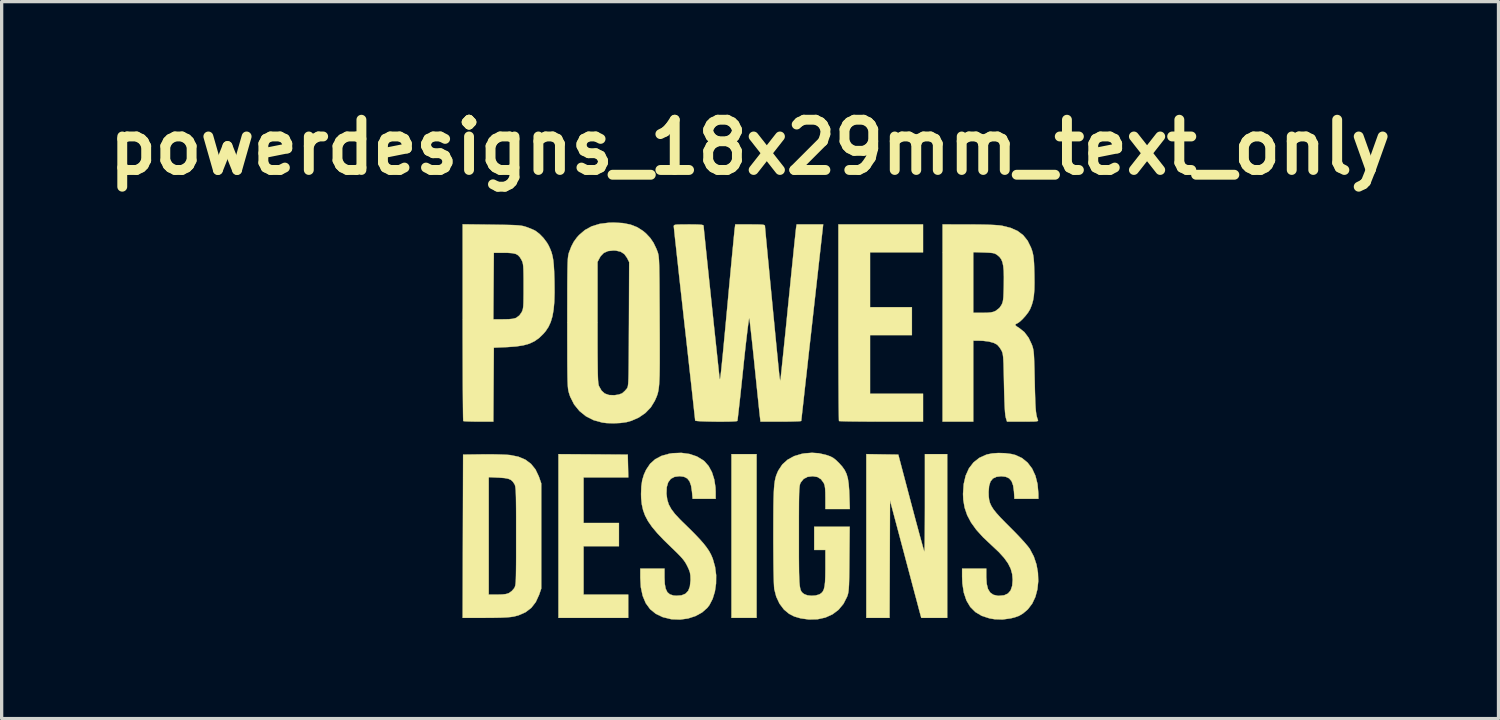
<source format=kicad_pcb>
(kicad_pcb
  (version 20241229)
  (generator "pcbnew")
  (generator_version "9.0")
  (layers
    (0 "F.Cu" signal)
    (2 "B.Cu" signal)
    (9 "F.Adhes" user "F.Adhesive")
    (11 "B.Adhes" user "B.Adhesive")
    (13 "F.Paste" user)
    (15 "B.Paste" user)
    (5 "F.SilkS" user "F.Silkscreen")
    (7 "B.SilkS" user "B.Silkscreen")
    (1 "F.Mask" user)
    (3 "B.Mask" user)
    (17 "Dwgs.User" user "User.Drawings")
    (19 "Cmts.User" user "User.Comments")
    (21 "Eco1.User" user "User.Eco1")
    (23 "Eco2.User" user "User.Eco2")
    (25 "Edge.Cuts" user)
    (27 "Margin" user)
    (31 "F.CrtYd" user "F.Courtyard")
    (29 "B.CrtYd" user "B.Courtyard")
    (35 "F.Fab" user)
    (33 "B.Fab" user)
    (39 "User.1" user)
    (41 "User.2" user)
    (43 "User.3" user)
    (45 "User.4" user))
  (footprint "powerdesigns_18x29mm_text_only"
    (layer "F.Cu")
    (at 19.71 1.418)
    (property "Reference" "powerdesigns_18x29mm_text_only" (at 0 0 0) (layer "F.SilkS") (effects (font (size 1.524 1.524) (thickness 0.3))))
    (attr through_hole)
    (fp_poly (pts (xy 0.198 14.28) (xy -0.564 14.28) (xy -0.564 9.313) (xy 0.198 9.313) (xy 0.198 14.28)) (stroke (width 0.01) (type solid)) (fill yes) (layer "F.SilkS"))
    (fp_poly (pts (xy -3.711 9.327) (xy -3.703 9.673) (xy -3.695 10.019) (xy -5.052 10.019) (xy -5.052 11.402) (xy -3.979 11.402) (xy -3.979 12.107) (xy -5.052 12.107) (xy -5.052 13.575) (xy -3.697 13.575) (xy -3.697 14.28) (xy -5.814 14.28) (xy -5.814 9.313) (xy -3.711 9.327)) (stroke (width 0.01) (type solid)) (fill yes) (layer "F.SilkS"))
    (fp_poly (pts (xy 5.249 3.189) (xy 3.641 3.189) (xy 3.641 4.854) (xy 4.911 4.854) (xy 4.911 5.701) (xy 3.641 5.701) (xy 3.641 7.479) (xy 5.249 7.479) (xy 5.249 8.326) (xy 3.984 8.326) (xy 3.722 8.325) (xy 3.478 8.324) (xy 3.256 8.322) (xy 3.064 8.32) (xy 2.907 8.317) (xy 2.79 8.313) (xy 2.719 8.31) (xy 2.7 8.307) (xy 2.697 8.277) (xy 2.695 8.194) (xy 2.693 8.062) (xy 2.69 7.884) (xy 2.688 7.666) (xy 2.687 7.409) (xy 2.685 7.118) (xy 2.684 6.796) (xy 2.683 6.448) (xy 2.682 6.077) (xy 2.681 5.687) (xy 2.681 5.315) (xy 2.681 2.342) (xy 5.249 2.342) (xy 5.249 3.189)) (stroke (width 0.01) (type solid)) (fill yes) (layer "F.SilkS"))
    (fp_poly (pts (xy 4.013 9.32) (xy 4.498 9.327) (xy 4.884 10.789) (xy 4.958 11.067) (xy 5.027 11.328) (xy 5.092 11.567) (xy 5.149 11.779) (xy 5.199 11.96) (xy 5.239 12.104) (xy 5.268 12.206) (xy 5.285 12.26) (xy 5.288 12.269) (xy 5.292 12.245) (xy 5.295 12.169) (xy 5.298 12.048) (xy 5.3 11.885) (xy 5.302 11.687) (xy 5.304 11.458) (xy 5.305 11.203) (xy 5.306 10.927) (xy 5.306 10.8) (xy 5.306 9.313) (xy 5.983 9.313) (xy 5.983 14.28) (xy 5.196 14.28) (xy 5.171 14.189) (xy 5.159 14.146) (xy 5.134 14.053) (xy 5.098 13.916) (xy 5.051 13.739) (xy 4.994 13.527) (xy 4.93 13.286) (xy 4.86 13.02) (xy 4.784 12.735) (xy 4.704 12.434) (xy 4.697 12.406) (xy 4.247 10.715) (xy 4.24 12.498) (xy 4.233 14.28) (xy 3.528 14.28) (xy 3.528 9.312) (xy 4.013 9.32)) (stroke (width 0.01) (type solid)) (fill yes) (layer "F.SilkS"))
    (fp_poly (pts (xy -7.724 9.32) (xy -7.545 9.325) (xy -7.396 9.331) (xy -7.288 9.34) (xy -7.281 9.34) (xy -7.029 9.391) (xy -6.818 9.48) (xy -6.647 9.608) (xy -6.511 9.777) (xy -6.41 9.989) (xy -6.402 10.011) (xy -6.336 10.202) (xy -6.336 13.391) (xy -6.402 13.583) (xy -6.502 13.8) (xy -6.637 13.975) (xy -6.81 14.108) (xy -7.022 14.202) (xy -7.161 14.239) (xy -7.258 14.254) (xy -7.39 14.266) (xy -7.562 14.274) (xy -7.779 14.278) (xy -8.036 14.28) (xy -8.721 14.28) (xy -8.719 13.575) (xy -7.93 13.575) (xy -7.669 13.575) (xy -7.517 13.571) (xy -7.407 13.558) (xy -7.327 13.533) (xy -7.311 13.525) (xy -7.23 13.466) (xy -7.161 13.387) (xy -7.155 13.377) (xy -7.143 13.354) (xy -7.132 13.328) (xy -7.123 13.294) (xy -7.116 13.248) (xy -7.11 13.184) (xy -7.106 13.099) (xy -7.103 12.987) (xy -7.101 12.843) (xy -7.099 12.663) (xy -7.098 12.441) (xy -7.098 12.174) (xy -7.098 11.856) (xy -7.098 11.797) (xy -7.098 11.468) (xy -7.098 11.19) (xy -7.099 10.96) (xy -7.101 10.772) (xy -7.103 10.621) (xy -7.107 10.502) (xy -7.111 10.412) (xy -7.117 10.345) (xy -7.124 10.296) (xy -7.132 10.261) (xy -7.142 10.235) (xy -7.148 10.224) (xy -7.198 10.148) (xy -7.258 10.094) (xy -7.338 10.059) (xy -7.452 10.038) (xy -7.608 10.026) (xy -7.636 10.025) (xy -7.93 10.011) (xy -7.93 13.575) (xy -8.719 13.575) (xy -8.714 11.804) (xy -8.707 9.327) (xy -8.114 9.319) (xy -7.918 9.318) (xy -7.724 9.32)) (stroke (width 0.01) (type solid)) (fill yes) (layer "F.SilkS"))
    (fp_poly (pts (xy -7.839 2.349) (xy -7.59 2.353) (xy -7.39 2.356) (xy -7.233 2.36) (xy -7.111 2.365) (xy -7.016 2.372) (xy -6.942 2.381) (xy -6.882 2.392) (xy -6.828 2.407) (xy -6.773 2.425) (xy -6.665 2.466) (xy -6.566 2.509) (xy -6.505 2.541) (xy -6.386 2.633) (xy -6.265 2.758) (xy -6.162 2.896) (xy -6.113 2.98) (xy -6.063 3.088) (xy -6.023 3.192) (xy -5.994 3.303) (xy -5.971 3.429) (xy -5.956 3.58) (xy -5.945 3.766) (xy -5.937 3.996) (xy -5.935 4.078) (xy -5.932 4.408) (xy -5.94 4.69) (xy -5.962 4.928) (xy -5.997 5.13) (xy -6.048 5.302) (xy -6.116 5.45) (xy -6.202 5.58) (xy -6.27 5.66) (xy -6.402 5.788) (xy -6.541 5.886) (xy -6.697 5.96) (xy -6.88 6.011) (xy -7.099 6.045) (xy -7.364 6.064) (xy -7.366 6.064) (xy -7.775 6.082) (xy -7.783 7.204) (xy -7.79 8.326) (xy -8.237 8.326) (xy -8.39 8.324) (xy -8.523 8.321) (xy -8.626 8.317) (xy -8.688 8.311) (xy -8.702 8.307) (xy -8.704 8.277) (xy -8.707 8.194) (xy -8.709 8.062) (xy -8.711 7.884) (xy -8.713 7.665) (xy -8.715 7.409) (xy -8.717 7.118) (xy -8.718 6.796) (xy -8.719 6.448) (xy -8.72 6.077) (xy -8.721 5.686) (xy -8.721 5.313) (xy -8.721 5.221) (xy -7.79 5.221) (xy -7.491 5.221) (xy -7.327 5.218) (xy -7.209 5.207) (xy -7.124 5.187) (xy -7.094 5.175) (xy -7.001 5.105) (xy -6.934 5.013) (xy -6.915 4.973) (xy -6.9 4.933) (xy -6.889 4.883) (xy -6.881 4.817) (xy -6.876 4.725) (xy -6.874 4.601) (xy -6.872 4.437) (xy -6.872 4.223) (xy -6.872 4.219) (xy -6.872 4.004) (xy -6.874 3.837) (xy -6.877 3.711) (xy -6.882 3.618) (xy -6.89 3.55) (xy -6.901 3.499) (xy -6.916 3.458) (xy -6.929 3.431) (xy -6.982 3.34) (xy -7.04 3.277) (xy -7.114 3.236) (xy -7.216 3.214) (xy -7.357 3.204) (xy -7.46 3.203) (xy -7.775 3.203) (xy -7.783 4.212) (xy -7.79 5.221) (xy -8.721 5.221) (xy -8.721 2.338) (xy -7.839 2.349)) (stroke (width 0.01) (type solid)) (fill yes) (layer "F.SilkS"))
    (fp_poly (pts (xy 7.736 9.284) (xy 7.926 9.308) (xy 8.055 9.34) (xy 8.254 9.433) (xy 8.422 9.571) (xy 8.558 9.75) (xy 8.659 9.967) (xy 8.723 10.219) (xy 8.748 10.501) (xy 8.749 10.534) (xy 8.749 10.668) (xy 8.023 10.668) (xy 8.008 10.441) (xy 7.983 10.263) (xy 7.935 10.132) (xy 7.859 10.045) (xy 7.751 9.998) (xy 7.62 9.984) (xy 7.476 10.001) (xy 7.369 10.052) (xy 7.296 10.143) (xy 7.254 10.276) (xy 7.239 10.457) (xy 7.239 10.469) (xy 7.242 10.59) (xy 7.254 10.695) (xy 7.279 10.791) (xy 7.322 10.886) (xy 7.385 10.987) (xy 7.475 11.1) (xy 7.594 11.232) (xy 7.748 11.39) (xy 7.887 11.529) (xy 8.05 11.693) (xy 8.198 11.848) (xy 8.324 11.986) (xy 8.422 12.101) (xy 8.487 12.186) (xy 8.49 12.192) (xy 8.609 12.416) (xy 8.691 12.66) (xy 8.736 12.913) (xy 8.745 13.167) (xy 8.719 13.414) (xy 8.658 13.644) (xy 8.562 13.848) (xy 8.432 14.018) (xy 8.404 14.045) (xy 8.282 14.147) (xy 8.165 14.217) (xy 8.03 14.266) (xy 7.907 14.296) (xy 7.66 14.33) (xy 7.423 14.322) (xy 7.264 14.295) (xy 7.032 14.22) (xy 6.839 14.105) (xy 6.683 13.95) (xy 6.566 13.753) (xy 6.486 13.514) (xy 6.443 13.234) (xy 6.435 13.032) (xy 6.435 12.785) (xy 7.168 12.785) (xy 7.168 13.046) (xy 7.181 13.248) (xy 7.219 13.402) (xy 7.286 13.512) (xy 7.383 13.58) (xy 7.513 13.61) (xy 7.553 13.611) (xy 7.709 13.596) (xy 7.826 13.542) (xy 7.907 13.448) (xy 7.954 13.31) (xy 7.969 13.128) (xy 7.969 13.126) (xy 7.955 12.954) (xy 7.91 12.79) (xy 7.829 12.628) (xy 7.71 12.461) (xy 7.548 12.283) (xy 7.34 12.087) (xy 7.33 12.078) (xy 7.073 11.836) (xy 6.866 11.608) (xy 6.706 11.386) (xy 6.589 11.165) (xy 6.512 10.939) (xy 6.471 10.702) (xy 6.463 10.519) (xy 6.483 10.223) (xy 6.543 9.964) (xy 6.642 9.745) (xy 6.78 9.565) (xy 6.956 9.426) (xy 7.17 9.329) (xy 7.189 9.323) (xy 7.347 9.291) (xy 7.536 9.278) (xy 7.736 9.284)) (stroke (width 0.01) (type solid)) (fill yes) (layer "F.SilkS"))
    (fp_poly (pts (xy -1.838 9.308) (xy -1.614 9.383) (xy -1.422 9.499) (xy -1.38 9.533) (xy -1.255 9.678) (xy -1.155 9.864) (xy -1.086 10.083) (xy -1.049 10.323) (xy -1.044 10.448) (xy -1.044 10.668) (xy -1.742 10.668) (xy -1.762 10.452) (xy -1.789 10.271) (xy -1.836 10.138) (xy -1.906 10.05) (xy -2.006 9.999) (xy -2.137 9.982) (xy -2.139 9.982) (xy -2.29 10.001) (xy -2.405 10.062) (xy -2.484 10.167) (xy -2.528 10.315) (xy -2.536 10.507) (xy -2.534 10.535) (xy -2.513 10.692) (xy -2.468 10.837) (xy -2.392 10.978) (xy -2.282 11.125) (xy -2.13 11.288) (xy -2.064 11.354) (xy -1.848 11.564) (xy -1.67 11.742) (xy -1.525 11.895) (xy -1.409 12.027) (xy -1.318 12.144) (xy -1.245 12.251) (xy -1.188 12.355) (xy -1.142 12.461) (xy -1.13 12.491) (xy -1.062 12.732) (xy -1.029 12.985) (xy -1.032 13.238) (xy -1.067 13.481) (xy -1.135 13.703) (xy -1.233 13.893) (xy -1.297 13.976) (xy -1.458 14.118) (xy -1.656 14.226) (xy -1.881 14.299) (xy -2.122 14.332) (xy -2.37 14.323) (xy -2.399 14.319) (xy -2.649 14.258) (xy -2.86 14.157) (xy -3.032 14.017) (xy -3.165 13.835) (xy -3.258 13.613) (xy -3.314 13.351) (xy -3.33 13.068) (xy -3.33 12.785) (xy -2.596 12.785) (xy -2.596 13.054) (xy -2.588 13.25) (xy -2.56 13.397) (xy -2.51 13.501) (xy -2.433 13.567) (xy -2.326 13.602) (xy -2.235 13.609) (xy -2.078 13.597) (xy -1.959 13.548) (xy -1.876 13.46) (xy -1.826 13.329) (xy -1.807 13.153) (xy -1.806 13.114) (xy -1.81 12.996) (xy -1.824 12.904) (xy -1.856 12.813) (xy -1.907 12.704) (xy -1.95 12.624) (xy -1.999 12.549) (xy -2.062 12.47) (xy -2.145 12.38) (xy -2.256 12.269) (xy -2.387 12.143) (xy -2.624 11.912) (xy -2.818 11.707) (xy -2.974 11.521) (xy -3.095 11.347) (xy -3.184 11.179) (xy -3.246 11.01) (xy -3.285 10.834) (xy -3.304 10.644) (xy -3.307 10.521) (xy -3.299 10.294) (xy -3.272 10.104) (xy -3.221 9.935) (xy -3.153 9.785) (xy -3.032 9.605) (xy -2.877 9.466) (xy -2.685 9.365) (xy -2.452 9.3) (xy -2.345 9.284) (xy -2.085 9.274) (xy -1.838 9.308)) (stroke (width 0.01) (type solid)) (fill yes) (layer "F.SilkS"))
    (fp_poly (pts (xy 2.086 9.286) (xy 2.298 9.334) (xy 2.328 9.343) (xy 2.436 9.381) (xy 2.52 9.425) (xy 2.602 9.488) (xy 2.694 9.577) (xy 2.795 9.688) (xy 2.872 9.797) (xy 2.928 9.913) (xy 2.967 10.048) (xy 2.992 10.213) (xy 3.008 10.417) (xy 3.013 10.548) (xy 3.027 10.978) (xy 2.286 10.978) (xy 2.286 10.633) (xy 2.284 10.472) (xy 2.278 10.356) (xy 2.266 10.273) (xy 2.246 10.211) (xy 2.237 10.19) (xy 2.153 10.074) (xy 2.044 10.006) (xy 1.901 9.983) (xy 1.901 9.983) (xy 1.744 10.002) (xy 1.624 10.066) (xy 1.538 10.173) (xy 1.535 10.18) (xy 1.523 10.206) (xy 1.513 10.237) (xy 1.505 10.276) (xy 1.499 10.33) (xy 1.493 10.403) (xy 1.489 10.499) (xy 1.486 10.624) (xy 1.484 10.781) (xy 1.483 10.977) (xy 1.482 11.215) (xy 1.482 11.501) (xy 1.482 11.797) (xy 1.482 12.144) (xy 1.482 12.439) (xy 1.484 12.686) (xy 1.486 12.891) (xy 1.491 13.058) (xy 1.497 13.191) (xy 1.506 13.294) (xy 1.519 13.373) (xy 1.534 13.432) (xy 1.554 13.475) (xy 1.578 13.507) (xy 1.606 13.533) (xy 1.64 13.556) (xy 1.65 13.563) (xy 1.741 13.597) (xy 1.861 13.61) (xy 1.986 13.602) (xy 2.094 13.572) (xy 2.107 13.566) (xy 2.163 13.53) (xy 2.207 13.481) (xy 2.239 13.414) (xy 2.261 13.32) (xy 2.276 13.194) (xy 2.283 13.026) (xy 2.286 12.811) (xy 2.286 12.756) (xy 2.286 12.22) (xy 1.947 12.22) (xy 1.947 11.515) (xy 3.023 11.515) (xy 3.014 12.495) (xy 3.012 12.758) (xy 3.009 12.971) (xy 3.006 13.141) (xy 3.002 13.273) (xy 2.996 13.376) (xy 2.989 13.454) (xy 2.98 13.515) (xy 2.969 13.566) (xy 2.954 13.612) (xy 2.943 13.641) (xy 2.834 13.856) (xy 2.685 14.035) (xy 2.502 14.173) (xy 2.288 14.27) (xy 2.048 14.323) (xy 1.788 14.33) (xy 1.535 14.295) (xy 1.34 14.238) (xy 1.181 14.155) (xy 1.039 14.037) (xy 1.024 14.022) (xy 0.893 13.848) (xy 0.795 13.638) (xy 0.735 13.406) (xy 0.729 13.334) (xy 0.723 13.211) (xy 0.718 13.04) (xy 0.713 12.825) (xy 0.71 12.572) (xy 0.708 12.285) (xy 0.706 11.967) (xy 0.706 11.783) (xy 0.707 11.432) (xy 0.708 11.132) (xy 0.71 10.878) (xy 0.714 10.665) (xy 0.72 10.488) (xy 0.728 10.343) (xy 0.739 10.222) (xy 0.753 10.123) (xy 0.771 10.039) (xy 0.792 9.965) (xy 0.819 9.897) (xy 0.849 9.828) (xy 0.862 9.803) (xy 0.979 9.626) (xy 1.14 9.481) (xy 1.338 9.373) (xy 1.569 9.304) (xy 1.651 9.29) (xy 1.879 9.272) (xy 2.086 9.286)) (stroke (width 0.01) (type solid)) (fill yes) (layer "F.SilkS"))
    (fp_poly (pts (xy 6.639 2.343) (xy 6.948 2.345) (xy 7.202 2.35) (xy 7.405 2.359) (xy 7.558 2.37) (xy 7.651 2.383) (xy 7.907 2.447) (xy 8.118 2.541) (xy 8.288 2.669) (xy 8.422 2.836) (xy 8.525 3.045) (xy 8.556 3.131) (xy 8.578 3.209) (xy 8.595 3.292) (xy 8.607 3.391) (xy 8.617 3.516) (xy 8.623 3.678) (xy 8.628 3.852) (xy 8.631 4.111) (xy 8.627 4.323) (xy 8.612 4.499) (xy 8.588 4.648) (xy 8.551 4.779) (xy 8.502 4.904) (xy 8.493 4.922) (xy 8.44 5.011) (xy 8.363 5.111) (xy 8.276 5.208) (xy 8.19 5.289) (xy 8.117 5.34) (xy 8.097 5.349) (xy 8.053 5.372) (xy 8.054 5.403) (xy 8.103 5.445) (xy 8.168 5.486) (xy 8.325 5.611) (xy 8.454 5.784) (xy 8.546 5.979) (xy 8.566 6.032) (xy 8.581 6.082) (xy 8.594 6.137) (xy 8.604 6.202) (xy 8.612 6.286) (xy 8.618 6.394) (xy 8.623 6.534) (xy 8.629 6.712) (xy 8.634 6.936) (xy 8.638 7.112) (xy 8.644 7.38) (xy 8.651 7.599) (xy 8.657 7.774) (xy 8.665 7.913) (xy 8.675 8.022) (xy 8.687 8.108) (xy 8.702 8.178) (xy 8.72 8.237) (xy 8.735 8.276) (xy 8.739 8.294) (xy 8.728 8.307) (xy 8.695 8.316) (xy 8.633 8.322) (xy 8.534 8.324) (xy 8.39 8.325) (xy 8.277 8.326) (xy 7.798 8.326) (xy 7.761 8.206) (xy 7.748 8.141) (xy 7.737 8.032) (xy 7.727 7.875) (xy 7.719 7.67) (xy 7.711 7.412) (xy 7.706 7.183) (xy 7.701 6.932) (xy 7.696 6.731) (xy 7.692 6.573) (xy 7.686 6.452) (xy 7.68 6.362) (xy 7.671 6.295) (xy 7.661 6.245) (xy 7.648 6.206) (xy 7.631 6.171) (xy 7.627 6.162) (xy 7.572 6.076) (xy 7.511 6.004) (xy 7.493 5.988) (xy 7.391 5.935) (xy 7.247 5.896) (xy 7.071 5.874) (xy 6.955 5.87) (xy 6.773 5.87) (xy 6.773 8.326) (xy 5.842 8.326) (xy 5.842 5.024) (xy 6.773 5.024) (xy 7.057 5.024) (xy 7.201 5.021) (xy 7.305 5.012) (xy 7.383 4.995) (xy 7.45 4.967) (xy 7.451 4.967) (xy 7.566 4.877) (xy 7.627 4.79) (xy 7.65 4.742) (xy 7.667 4.692) (xy 7.679 4.629) (xy 7.688 4.545) (xy 7.693 4.428) (xy 7.698 4.27) (xy 7.7 4.171) (xy 7.702 3.935) (xy 7.697 3.748) (xy 7.683 3.602) (xy 7.659 3.489) (xy 7.624 3.403) (xy 7.575 3.335) (xy 7.516 3.282) (xy 7.467 3.247) (xy 7.419 3.224) (xy 7.359 3.21) (xy 7.274 3.201) (xy 7.15 3.195) (xy 7.093 3.193) (xy 6.773 3.183) (xy 6.773 5.024) (xy 5.842 5.024) (xy 5.842 2.342) (xy 6.639 2.343)) (stroke (width 0.01) (type solid)) (fill yes) (layer "F.SilkS"))
    (fp_poly (pts (xy -3.864 2.301) (xy -3.629 2.347) (xy -3.424 2.427) (xy -3.242 2.544) (xy -3.155 2.619) (xy -3.028 2.754) (xy -2.928 2.902) (xy -2.841 3.084) (xy -2.816 3.149) (xy -2.803 3.182) (xy -2.793 3.215) (xy -2.784 3.252) (xy -2.776 3.297) (xy -2.77 3.355) (xy -2.764 3.429) (xy -2.76 3.525) (xy -2.756 3.645) (xy -2.754 3.796) (xy -2.751 3.98) (xy -2.749 4.202) (xy -2.748 4.466) (xy -2.746 4.777) (xy -2.744 5.139) (xy -2.744 5.258) (xy -2.742 5.652) (xy -2.741 5.993) (xy -2.741 6.287) (xy -2.741 6.537) (xy -2.743 6.749) (xy -2.746 6.926) (xy -2.752 7.073) (xy -2.759 7.195) (xy -2.769 7.295) (xy -2.781 7.378) (xy -2.796 7.449) (xy -2.814 7.511) (xy -2.836 7.57) (xy -2.862 7.63) (xy -2.891 7.695) (xy -2.892 7.697) (xy -3.011 7.892) (xy -3.175 8.062) (xy -3.375 8.201) (xy -3.603 8.301) (xy -3.746 8.341) (xy -3.932 8.367) (xy -4.144 8.377) (xy -4.353 8.37) (xy -4.487 8.353) (xy -4.748 8.281) (xy -4.98 8.163) (xy -5.178 8.003) (xy -5.339 7.804) (xy -5.457 7.57) (xy -5.483 7.494) (xy -5.495 7.454) (xy -5.506 7.416) (xy -5.515 7.375) (xy -5.522 7.325) (xy -5.528 7.264) (xy -5.533 7.186) (xy -5.537 7.088) (xy -5.54 6.965) (xy -5.542 6.813) (xy -5.544 6.628) (xy -5.545 6.405) (xy -5.545 6.139) (xy -5.546 5.828) (xy -5.546 5.466) (xy -5.546 5.32) (xy -5.546 4.937) (xy -5.545 4.606) (xy -5.545 4.323) (xy -5.544 4.083) (xy -5.542 3.884) (xy -5.54 3.72) (xy -5.537 3.587) (xy -5.534 3.481) (xy -5.533 3.48) (xy -4.628 3.48) (xy -4.628 5.311) (xy -4.628 5.684) (xy -4.628 6.005) (xy -4.627 6.278) (xy -4.625 6.507) (xy -4.623 6.695) (xy -4.621 6.849) (xy -4.617 6.97) (xy -4.613 7.064) (xy -4.607 7.135) (xy -4.6 7.187) (xy -4.593 7.223) (xy -4.585 7.246) (xy -4.508 7.384) (xy -4.409 7.473) (xy -4.28 7.519) (xy -4.115 7.525) (xy -4.109 7.524) (xy -3.981 7.504) (xy -3.887 7.469) (xy -3.871 7.458) (xy -3.801 7.395) (xy -3.741 7.327) (xy -3.73 7.31) (xy -3.72 7.291) (xy -3.711 7.265) (xy -3.704 7.227) (xy -3.698 7.175) (xy -3.693 7.103) (xy -3.689 7.007) (xy -3.686 6.883) (xy -3.684 6.728) (xy -3.682 6.537) (xy -3.68 6.305) (xy -3.678 6.029) (xy -3.677 5.705) (xy -3.675 5.367) (xy -3.668 3.485) (xy -3.732 3.358) (xy -3.814 3.243) (xy -3.925 3.17) (xy -4.071 3.136) (xy -4.149 3.133) (xy -4.313 3.151) (xy -4.439 3.208) (xy -4.534 3.306) (xy -4.563 3.356) (xy -4.628 3.48) (xy -5.533 3.48) (xy -5.529 3.398) (xy -5.523 3.333) (xy -5.516 3.283) (xy -5.508 3.243) (xy -5.499 3.209) (xy -5.492 3.189) (xy -5.424 3.012) (xy -5.351 2.871) (xy -5.26 2.745) (xy -5.189 2.665) (xy -5.01 2.511) (xy -4.802 2.398) (xy -4.561 2.325) (xy -4.283 2.29) (xy -4.14 2.286) (xy -3.864 2.301)) (stroke (width 0.01) (type solid)) (fill yes) (layer "F.SilkS"))
    (fp_poly (pts (xy 0.172 2.343) (xy 0.293 2.345) (xy 0.374 2.35) (xy 0.422 2.358) (xy 0.445 2.37) (xy 0.452 2.387) (xy 0.452 2.389) (xy 0.454 2.424) (xy 0.462 2.51) (xy 0.474 2.642) (xy 0.49 2.815) (xy 0.51 3.023) (xy 0.532 3.261) (xy 0.558 3.525) (xy 0.585 3.808) (xy 0.613 4.106) (xy 0.643 4.413) (xy 0.673 4.725) (xy 0.703 5.036) (xy 0.733 5.341) (xy 0.761 5.635) (xy 0.788 5.912) (xy 0.813 6.168) (xy 0.836 6.396) (xy 0.855 6.593) (xy 0.871 6.753) (xy 0.883 6.87) (xy 0.89 6.94) (xy 0.892 6.952) (xy 0.903 7.028) (xy 0.914 7.072) (xy 0.919 7.077) (xy 0.923 7.048) (xy 0.933 6.968) (xy 0.947 6.839) (xy 0.965 6.667) (xy 0.987 6.455) (xy 1.013 6.208) (xy 1.041 5.931) (xy 1.073 5.626) (xy 1.106 5.299) (xy 1.14 4.954) (xy 1.156 4.797) (xy 1.192 4.442) (xy 1.226 4.103) (xy 1.258 3.782) (xy 1.289 3.485) (xy 1.316 3.216) (xy 1.34 2.979) (xy 1.361 2.78) (xy 1.378 2.621) (xy 1.39 2.508) (xy 1.397 2.444) (xy 1.399 2.434) (xy 1.414 2.342) (xy 2.219 2.342) (xy 1.887 5.313) (xy 1.842 5.716) (xy 1.798 6.104) (xy 1.757 6.473) (xy 1.719 6.818) (xy 1.683 7.136) (xy 1.651 7.424) (xy 1.623 7.678) (xy 1.599 7.894) (xy 1.579 8.068) (xy 1.565 8.197) (xy 1.556 8.277) (xy 1.553 8.304) (xy 1.526 8.311) (xy 1.451 8.316) (xy 1.335 8.32) (xy 1.187 8.324) (xy 1.015 8.325) (xy 0.935 8.326) (xy 0.318 8.326) (xy 0.303 8.206) (xy 0.297 8.154) (xy 0.286 8.053) (xy 0.27 7.907) (xy 0.251 7.723) (xy 0.228 7.506) (xy 0.203 7.262) (xy 0.176 6.997) (xy 0.147 6.718) (xy 0.141 6.66) (xy 0.113 6.381) (xy 0.085 6.118) (xy 0.059 5.877) (xy 0.035 5.663) (xy 0.015 5.481) (xy -0.002 5.338) (xy -0.015 5.238) (xy -0.023 5.188) (xy -0.024 5.183) (xy -0.031 5.201) (xy -0.042 5.27) (xy -0.058 5.385) (xy -0.078 5.542) (xy -0.101 5.736) (xy -0.128 5.963) (xy -0.156 6.216) (xy -0.186 6.492) (xy -0.208 6.707) (xy -0.239 7) (xy -0.268 7.275) (xy -0.295 7.529) (xy -0.32 7.755) (xy -0.342 7.95) (xy -0.36 8.107) (xy -0.373 8.221) (xy -0.382 8.288) (xy -0.385 8.304) (xy -0.417 8.313) (xy -0.495 8.319) (xy -0.609 8.324) (xy -0.749 8.326) (xy -0.906 8.327) (xy -1.07 8.326) (xy -1.231 8.323) (xy -1.38 8.319) (xy -1.507 8.314) (xy -1.603 8.307) (xy -1.657 8.298) (xy -1.665 8.293) (xy -1.668 8.261) (xy -1.677 8.177) (xy -1.692 8.044) (xy -1.711 7.866) (xy -1.735 7.647) (xy -1.763 7.391) (xy -1.795 7.101) (xy -1.831 6.781) (xy -1.869 6.435) (xy -1.91 6.067) (xy -1.953 5.68) (xy -1.99 5.356) (xy -2.034 4.956) (xy -2.077 4.572) (xy -2.118 4.206) (xy -2.156 3.864) (xy -2.19 3.547) (xy -2.222 3.262) (xy -2.249 3.01) (xy -2.273 2.796) (xy -2.291 2.624) (xy -2.304 2.498) (xy -2.312 2.421) (xy -2.314 2.397) (xy -2.311 2.377) (xy -2.297 2.362) (xy -2.263 2.352) (xy -2.201 2.346) (xy -2.104 2.344) (xy -1.963 2.343) (xy -1.863 2.342) (xy -1.686 2.343) (xy -1.559 2.347) (xy -1.476 2.353) (xy -1.429 2.363) (xy -1.412 2.376) (xy -1.411 2.379) (xy -1.408 2.414) (xy -1.4 2.499) (xy -1.387 2.631) (xy -1.369 2.803) (xy -1.348 3.011) (xy -1.323 3.249) (xy -1.296 3.512) (xy -1.266 3.796) (xy -1.235 4.095) (xy -1.202 4.404) (xy -1.169 4.718) (xy -1.136 5.032) (xy -1.104 5.34) (xy -1.072 5.638) (xy -1.042 5.92) (xy -1.014 6.181) (xy -0.989 6.417) (xy -0.967 6.621) (xy -0.949 6.79) (xy -0.935 6.917) (xy -0.926 6.998) (xy -0.922 7.027) (xy -0.918 7.038) (xy -0.913 7.034) (xy -0.907 7.013) (xy -0.9 6.971) (xy -0.891 6.904) (xy -0.88 6.81) (xy -0.867 6.686) (xy -0.851 6.527) (xy -0.831 6.332) (xy -0.808 6.096) (xy -0.782 5.817) (xy -0.751 5.492) (xy -0.716 5.116) (xy -0.677 4.699) (xy -0.646 4.356) (xy -0.615 4.027) (xy -0.586 3.717) (xy -0.559 3.43) (xy -0.534 3.171) (xy -0.512 2.945) (xy -0.494 2.757) (xy -0.48 2.611) (xy -0.47 2.511) (xy -0.465 2.463) (xy -0.464 2.462) (xy -0.448 2.342) (xy 0.002 2.342) (xy 0.172 2.343)) (stroke (width 0.01) (type solid)) (fill yes) (layer "F.SilkS")))
  (gr_rect
    (start -3 -3)
    (end 42.421 18.755)
    (stroke (width 0.1) (type default))
    (fill no)
    (layer "Edge.Cuts")))
</source>
